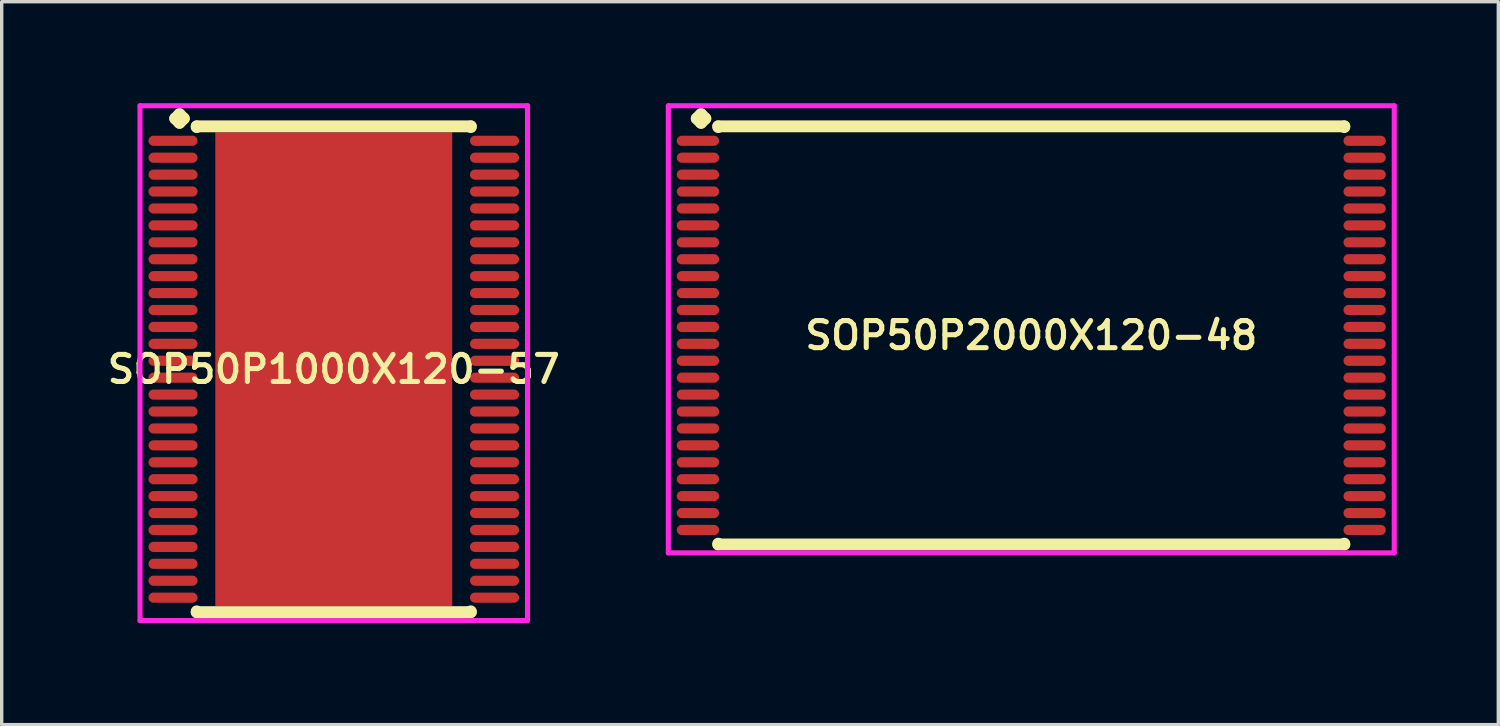
<source format=kicad_pcb>
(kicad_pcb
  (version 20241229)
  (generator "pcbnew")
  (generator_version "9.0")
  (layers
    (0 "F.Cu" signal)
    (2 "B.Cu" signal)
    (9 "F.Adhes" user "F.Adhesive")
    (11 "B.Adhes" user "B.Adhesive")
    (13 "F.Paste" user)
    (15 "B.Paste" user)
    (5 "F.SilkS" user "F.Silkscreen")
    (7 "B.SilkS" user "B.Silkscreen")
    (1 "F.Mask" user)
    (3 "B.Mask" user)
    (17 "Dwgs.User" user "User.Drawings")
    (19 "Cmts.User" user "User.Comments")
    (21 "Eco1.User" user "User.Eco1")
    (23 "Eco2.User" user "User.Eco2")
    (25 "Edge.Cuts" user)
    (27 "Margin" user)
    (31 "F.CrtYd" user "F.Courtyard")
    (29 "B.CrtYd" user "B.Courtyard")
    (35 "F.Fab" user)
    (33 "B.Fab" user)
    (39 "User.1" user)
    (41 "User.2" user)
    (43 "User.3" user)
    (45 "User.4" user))
  (footprint "SOP50P1000X120-57"
    (layer "F.Cu")
    (at 6.812 7.86)
    (property "Reference" "SOP50P1000X120-57" (at 0 0 0) (layer "F.SilkS") (effects (font (size 0.8 0.8) (thickness 0.15))))
    (attr smd)
    (fp_line (start -4.685 -7.408) (end -4.558 -7.535) (stroke (width 0.35) (type solid)) (layer "F.SilkS"))
    (fp_line (start -4.558 -7.535) (end -4.431 -7.408) (stroke (width 0.35) (type solid)) (layer "F.SilkS"))
    (fp_line (start -4.558 -7.281) (end -4.685 -7.408) (stroke (width 0.35) (type solid)) (layer "F.SilkS"))
    (fp_line (start -4.431 -7.408) (end -4.558 -7.281) (stroke (width 0.35) (type solid)) (layer "F.SilkS"))
    (fp_line (start -4.05 -7.177) (end 4.05 -7.177) (stroke (width 0.35) (type solid)) (layer "F.SilkS"))
    (fp_line (start -4.05 -7.154) (end -4.05 -7.177) (stroke (width 0.35) (type solid)) (layer "F.SilkS"))
    (fp_line (start -4.05 7.154) (end -4.05 7.177) (stroke (width 0.35) (type solid)) (layer "F.SilkS"))
    (fp_line (start -4.05 7.177) (end 4.05 7.177) (stroke (width 0.35) (type solid)) (layer "F.SilkS"))
    (fp_line (start 4.05 -7.177) (end 4.05 -7.154) (stroke (width 0.35) (type solid)) (layer "F.SilkS"))
    (fp_line (start 4.05 7.177) (end 4.05 7.154) (stroke (width 0.35) (type solid)) (layer "F.SilkS"))
    (fp_line (start -5.725 -7.785) (end 5.725 -7.785) (stroke (width 0.15) (type solid)) (layer "F.CrtYd"))
    (fp_line (start -5.725 7.427) (end -5.725 -7.785) (stroke (width 0.15) (type solid)) (layer "F.CrtYd"))
    (fp_line (start 5.725 -7.785) (end 5.725 7.427) (stroke (width 0.15) (type solid)) (layer "F.CrtYd"))
    (fp_line (start 5.725 7.427) (end -5.725 7.427) (stroke (width 0.15) (type solid)) (layer "F.CrtYd"))
    (pad "1" smd oval (at -4.75 -6.75) (size 1.45 0.3) (layers "F.Cu" "F.Mask" "F.Paste"))
    (pad "2" smd oval (at -4.75 -6.25) (size 1.45 0.3) (layers "F.Cu" "F.Mask" "F.Paste"))
    (pad "3" smd oval (at -4.75 -5.75) (size 1.45 0.3) (layers "F.Cu" "F.Mask" "F.Paste"))
    (pad "4" smd oval (at -4.75 -5.25) (size 1.45 0.3) (layers "F.Cu" "F.Mask" "F.Paste"))
    (pad "5" smd oval (at -4.75 -4.75) (size 1.45 0.3) (layers "F.Cu" "F.Mask" "F.Paste"))
    (pad "6" smd oval (at -4.75 -4.25) (size 1.45 0.3) (layers "F.Cu" "F.Mask" "F.Paste"))
    (pad "7" smd oval (at -4.75 -3.75) (size 1.45 0.3) (layers "F.Cu" "F.Mask" "F.Paste"))
    (pad "8" smd oval (at -4.75 -3.25) (size 1.45 0.3) (layers "F.Cu" "F.Mask" "F.Paste"))
    (pad "9" smd oval (at -4.75 -2.75) (size 1.45 0.3) (layers "F.Cu" "F.Mask" "F.Paste"))
    (pad "10" smd oval (at -4.75 -2.25) (size 1.45 0.3) (layers "F.Cu" "F.Mask" "F.Paste"))
    (pad "11" smd oval (at -4.75 -1.75) (size 1.45 0.3) (layers "F.Cu" "F.Mask" "F.Paste"))
    (pad "12" smd oval (at -4.75 -1.25) (size 1.45 0.3) (layers "F.Cu" "F.Mask" "F.Paste"))
    (pad "13" smd oval (at -4.75 -0.75) (size 1.45 0.3) (layers "F.Cu" "F.Mask" "F.Paste"))
    (pad "14" smd oval (at -4.75 -0.25) (size 1.45 0.3) (layers "F.Cu" "F.Mask" "F.Paste"))
    (pad "15" smd oval (at -4.75 0.25) (size 1.45 0.3) (layers "F.Cu" "F.Mask" "F.Paste"))
    (pad "16" smd oval (at -4.75 0.75) (size 1.45 0.3) (layers "F.Cu" "F.Mask" "F.Paste"))
    (pad "17" smd oval (at -4.75 1.25) (size 1.45 0.3) (layers "F.Cu" "F.Mask" "F.Paste"))
    (pad "18" smd oval (at -4.75 1.75) (size 1.45 0.3) (layers "F.Cu" "F.Mask" "F.Paste"))
    (pad "19" smd oval (at -4.75 2.25) (size 1.45 0.3) (layers "F.Cu" "F.Mask" "F.Paste"))
    (pad "20" smd oval (at -4.75 2.75) (size 1.45 0.3) (layers "F.Cu" "F.Mask" "F.Paste"))
    (pad "21" smd oval (at -4.75 3.25) (size 1.45 0.3) (layers "F.Cu" "F.Mask" "F.Paste"))
    (pad "22" smd oval (at -4.75 3.75) (size 1.45 0.3) (layers "F.Cu" "F.Mask" "F.Paste"))
    (pad "23" smd oval (at -4.75 4.25) (size 1.45 0.3) (layers "F.Cu" "F.Mask" "F.Paste"))
    (pad "24" smd oval (at -4.75 4.75) (size 1.45 0.3) (layers "F.Cu" "F.Mask" "F.Paste"))
    (pad "25" smd oval (at -4.75 5.25) (size 1.45 0.3) (layers "F.Cu" "F.Mask" "F.Paste"))
    (pad "26" smd oval (at -4.75 5.75) (size 1.45 0.3) (layers "F.Cu" "F.Mask" "F.Paste"))
    (pad "27" smd oval (at -4.75 6.25) (size 1.45 0.3) (layers "F.Cu" "F.Mask" "F.Paste"))
    (pad "28" smd oval (at -4.75 6.75) (size 1.45 0.3) (layers "F.Cu" "F.Mask" "F.Paste"))
    (pad "29" smd oval (at 4.75 6.75) (size 1.45 0.3) (layers "F.Cu" "F.Mask" "F.Paste"))
    (pad "30" smd oval (at 4.75 6.25) (size 1.45 0.3) (layers "F.Cu" "F.Mask" "F.Paste"))
    (pad "31" smd oval (at 4.75 5.75) (size 1.45 0.3) (layers "F.Cu" "F.Mask" "F.Paste"))
    (pad "32" smd oval (at 4.75 5.25) (size 1.45 0.3) (layers "F.Cu" "F.Mask" "F.Paste"))
    (pad "33" smd oval (at 4.75 4.75) (size 1.45 0.3) (layers "F.Cu" "F.Mask" "F.Paste"))
    (pad "34" smd oval (at 4.75 4.25) (size 1.45 0.3) (layers "F.Cu" "F.Mask" "F.Paste"))
    (pad "35" smd oval (at 4.75 3.75) (size 1.45 0.3) (layers "F.Cu" "F.Mask" "F.Paste"))
    (pad "36" smd oval (at 4.75 3.25) (size 1.45 0.3) (layers "F.Cu" "F.Mask" "F.Paste"))
    (pad "37" smd oval (at 4.75 2.75) (size 1.45 0.3) (layers "F.Cu" "F.Mask" "F.Paste"))
    (pad "38" smd oval (at 4.75 2.25) (size 1.45 0.3) (layers "F.Cu" "F.Mask" "F.Paste"))
    (pad "39" smd oval (at 4.75 1.75) (size 1.45 0.3) (layers "F.Cu" "F.Mask" "F.Paste"))
    (pad "40" smd oval (at 4.75 1.25) (size 1.45 0.3) (layers "F.Cu" "F.Mask" "F.Paste"))
    (pad "41" smd oval (at 4.75 0.75) (size 1.45 0.3) (layers "F.Cu" "F.Mask" "F.Paste"))
    (pad "42" smd oval (at 4.75 0.25) (size 1.45 0.3) (layers "F.Cu" "F.Mask" "F.Paste"))
    (pad "43" smd oval (at 4.75 -0.25) (size 1.45 0.3) (layers "F.Cu" "F.Mask" "F.Paste"))
    (pad "44" smd oval (at 4.75 -0.75) (size 1.45 0.3) (layers "F.Cu" "F.Mask" "F.Paste"))
    (pad "45" smd oval (at 4.75 -1.25) (size 1.45 0.3) (layers "F.Cu" "F.Mask" "F.Paste"))
    (pad "46" smd oval (at 4.75 -1.75) (size 1.45 0.3) (layers "F.Cu" "F.Mask" "F.Paste"))
    (pad "47" smd oval (at 4.75 -2.25) (size 1.45 0.3) (layers "F.Cu" "F.Mask" "F.Paste"))
    (pad "48" smd oval (at 4.75 -2.75) (size 1.45 0.3) (layers "F.Cu" "F.Mask" "F.Paste"))
    (pad "49" smd oval (at 4.75 -3.25) (size 1.45 0.3) (layers "F.Cu" "F.Mask" "F.Paste"))
    (pad "50" smd oval (at 4.75 -3.75) (size 1.45 0.3) (layers "F.Cu" "F.Mask" "F.Paste"))
    (pad "51" smd oval (at 4.75 -4.25) (size 1.45 0.3) (layers "F.Cu" "F.Mask" "F.Paste"))
    (pad "52" smd oval (at 4.75 -4.75) (size 1.45 0.3) (layers "F.Cu" "F.Mask" "F.Paste"))
    (pad "53" smd oval (at 4.75 -5.25) (size 1.45 0.3) (layers "F.Cu" "F.Mask" "F.Paste"))
    (pad "54" smd oval (at 4.75 -5.75) (size 1.45 0.3) (layers "F.Cu" "F.Mask" "F.Paste"))
    (pad "55" smd oval (at 4.75 -6.25) (size 1.45 0.3) (layers "F.Cu" "F.Mask" "F.Paste"))
    (pad "56" smd oval (at 4.75 -6.75) (size 1.45 0.3) (layers "F.Cu" "F.Mask" "F.Paste"))
    (pad "57" smd rect (at 0 0) (size 7 14) (layers "F.Cu" "F.Mask" "F.Paste")))
  (footprint "SOP50P2000X120-48"
    (layer "F.Cu")
    (at 27.423 6.86)
    (property "Reference" "SOP50P2000X120-48" (at 0 0 0) (layer "F.SilkS") (effects (font (size 0.8 0.8) (thickness 0.15))))
    (attr through_hole)
    (fp_line (start -9.885 -6.408) (end -9.758 -6.535) (stroke (width 0.35) (type solid)) (layer "F.SilkS"))
    (fp_line (start -9.758 -6.535) (end -9.631 -6.408) (stroke (width 0.35) (type solid)) (layer "F.SilkS"))
    (fp_line (start -9.758 -6.281) (end -9.885 -6.408) (stroke (width 0.35) (type solid)) (layer "F.SilkS"))
    (fp_line (start -9.631 -6.408) (end -9.758 -6.281) (stroke (width 0.35) (type solid)) (layer "F.SilkS"))
    (fp_line (start -9.25 -6.177) (end 9.25 -6.177) (stroke (width 0.35) (type solid)) (layer "F.SilkS"))
    (fp_line (start -9.25 -6.154) (end -9.25 -6.177) (stroke (width 0.35) (type solid)) (layer "F.SilkS"))
    (fp_line (start -9.25 6.154) (end -9.25 6.177) (stroke (width 0.35) (type solid)) (layer "F.SilkS"))
    (fp_line (start -9.25 6.177) (end 9.25 6.177) (stroke (width 0.35) (type solid)) (layer "F.SilkS"))
    (fp_line (start 9.25 -6.177) (end 9.25 -6.154) (stroke (width 0.35) (type solid)) (layer "F.SilkS"))
    (fp_line (start 9.25 6.177) (end 9.25 6.154) (stroke (width 0.35) (type solid)) (layer "F.SilkS"))
    (fp_line (start -10.725 -6.785) (end 10.725 -6.785) (stroke (width 0.15) (type solid)) (layer "F.CrtYd"))
    (fp_line (start -10.725 6.427) (end -10.725 -6.785) (stroke (width 0.15) (type solid)) (layer "F.CrtYd"))
    (fp_line (start 10.725 -6.785) (end 10.725 6.427) (stroke (width 0.15) (type solid)) (layer "F.CrtYd"))
    (fp_line (start 10.725 6.427) (end -10.725 6.427) (stroke (width 0.15) (type solid)) (layer "F.CrtYd"))
    (pad "1" smd oval (at -9.85 -5.75) (size 1.25 0.3) (layers "F.Cu" "F.Mask" "F.Paste"))
    (pad "2" smd oval (at -9.85 -5.25) (size 1.25 0.3) (layers "F.Cu" "F.Mask" "F.Paste"))
    (pad "3" smd oval (at -9.85 -4.75) (size 1.25 0.3) (layers "F.Cu" "F.Mask" "F.Paste"))
    (pad "4" smd oval (at -9.85 -4.25) (size 1.25 0.3) (layers "F.Cu" "F.Mask" "F.Paste"))
    (pad "5" smd oval (at -9.85 -3.75) (size 1.25 0.3) (layers "F.Cu" "F.Mask" "F.Paste"))
    (pad "6" smd oval (at -9.85 -3.25) (size 1.25 0.3) (layers "F.Cu" "F.Mask" "F.Paste"))
    (pad "7" smd oval (at -9.85 -2.75) (size 1.25 0.3) (layers "F.Cu" "F.Mask" "F.Paste"))
    (pad "8" smd oval (at -9.85 -2.25) (size 1.25 0.3) (layers "F.Cu" "F.Mask" "F.Paste"))
    (pad "9" smd oval (at -9.85 -1.75) (size 1.25 0.3) (layers "F.Cu" "F.Mask" "F.Paste"))
    (pad "10" smd oval (at -9.85 -1.25) (size 1.25 0.3) (layers "F.Cu" "F.Mask" "F.Paste"))
    (pad "11" smd oval (at -9.85 -0.75) (size 1.25 0.3) (layers "F.Cu" "F.Mask" "F.Paste"))
    (pad "12" smd oval (at -9.85 -0.25) (size 1.25 0.3) (layers "F.Cu" "F.Mask" "F.Paste"))
    (pad "13" smd oval (at -9.85 0.25) (size 1.25 0.3) (layers "F.Cu" "F.Mask" "F.Paste"))
    (pad "14" smd oval (at -9.85 0.75) (size 1.25 0.3) (layers "F.Cu" "F.Mask" "F.Paste"))
    (pad "15" smd oval (at -9.85 1.25) (size 1.25 0.3) (layers "F.Cu" "F.Mask" "F.Paste"))
    (pad "16" smd oval (at -9.85 1.75) (size 1.25 0.3) (layers "F.Cu" "F.Mask" "F.Paste"))
    (pad "17" smd oval (at -9.85 2.25) (size 1.25 0.3) (layers "F.Cu" "F.Mask" "F.Paste"))
    (pad "18" smd oval (at -9.85 2.75) (size 1.25 0.3) (layers "F.Cu" "F.Mask" "F.Paste"))
    (pad "19" smd oval (at -9.85 3.25) (size 1.25 0.3) (layers "F.Cu" "F.Mask" "F.Paste"))
    (pad "20" smd oval (at -9.85 3.75) (size 1.25 0.3) (layers "F.Cu" "F.Mask" "F.Paste"))
    (pad "21" smd oval (at -9.85 4.25) (size 1.25 0.3) (layers "F.Cu" "F.Mask" "F.Paste"))
    (pad "22" smd oval (at -9.85 4.75) (size 1.25 0.3) (layers "F.Cu" "F.Mask" "F.Paste"))
    (pad "23" smd oval (at -9.85 5.25) (size 1.25 0.3) (layers "F.Cu" "F.Mask" "F.Paste"))
    (pad "24" smd oval (at -9.85 5.75) (size 1.25 0.3) (layers "F.Cu" "F.Mask" "F.Paste"))
    (pad "25" smd oval (at 9.85 5.75) (size 1.25 0.3) (layers "F.Cu" "F.Mask" "F.Paste"))
    (pad "26" smd oval (at 9.85 5.25) (size 1.25 0.3) (layers "F.Cu" "F.Mask" "F.Paste"))
    (pad "27" smd oval (at 9.85 4.75) (size 1.25 0.3) (layers "F.Cu" "F.Mask" "F.Paste"))
    (pad "28" smd oval (at 9.85 4.25) (size 1.25 0.3) (layers "F.Cu" "F.Mask" "F.Paste"))
    (pad "29" smd oval (at 9.85 3.75) (size 1.25 0.3) (layers "F.Cu" "F.Mask" "F.Paste"))
    (pad "30" smd oval (at 9.85 3.25) (size 1.25 0.3) (layers "F.Cu" "F.Mask" "F.Paste"))
    (pad "31" smd oval (at 9.85 2.75) (size 1.25 0.3) (layers "F.Cu" "F.Mask" "F.Paste"))
    (pad "32" smd oval (at 9.85 2.25) (size 1.25 0.3) (layers "F.Cu" "F.Mask" "F.Paste"))
    (pad "33" smd oval (at 9.85 1.75) (size 1.25 0.3) (layers "F.Cu" "F.Mask" "F.Paste"))
    (pad "34" smd oval (at 9.85 1.25) (size 1.25 0.3) (layers "F.Cu" "F.Mask" "F.Paste"))
    (pad "35" smd oval (at 9.85 0.75) (size 1.25 0.3) (layers "F.Cu" "F.Mask" "F.Paste"))
    (pad "36" smd oval (at 9.85 0.25) (size 1.25 0.3) (layers "F.Cu" "F.Mask" "F.Paste"))
    (pad "37" smd oval (at 9.85 -0.25) (size 1.25 0.3) (layers "F.Cu" "F.Mask" "F.Paste"))
    (pad "38" smd oval (at 9.85 -0.75) (size 1.25 0.3) (layers "F.Cu" "F.Mask" "F.Paste"))
    (pad "39" smd oval (at 9.85 -1.25) (size 1.25 0.3) (layers "F.Cu" "F.Mask" "F.Paste"))
    (pad "40" smd oval (at 9.85 -1.75) (size 1.25 0.3) (layers "F.Cu" "F.Mask" "F.Paste"))
    (pad "41" smd oval (at 9.85 -2.25) (size 1.25 0.3) (layers "F.Cu" "F.Mask" "F.Paste"))
    (pad "42" smd oval (at 9.85 -2.75) (size 1.25 0.3) (layers "F.Cu" "F.Mask" "F.Paste"))
    (pad "43" smd oval (at 9.85 -3.25) (size 1.25 0.3) (layers "F.Cu" "F.Mask" "F.Paste"))
    (pad "44" smd oval (at 9.85 -3.75) (size 1.25 0.3) (layers "F.Cu" "F.Mask" "F.Paste"))
    (pad "45" smd oval (at 9.85 -4.25) (size 1.25 0.3) (layers "F.Cu" "F.Mask" "F.Paste"))
    (pad "46" smd oval (at 9.85 -4.75) (size 1.25 0.3) (layers "F.Cu" "F.Mask" "F.Paste"))
    (pad "47" smd oval (at 9.85 -5.25) (size 1.25 0.3) (layers "F.Cu" "F.Mask" "F.Paste"))
    (pad "48" smd oval (at 9.85 -5.75) (size 1.25 0.3) (layers "F.Cu" "F.Mask" "F.Paste")))
  (gr_rect
    (start -3 -3)
    (end 41.223 18.362)
    (stroke (width 0.1) (type default))
    (fill no)
    (layer "Edge.Cuts")))
</source>
